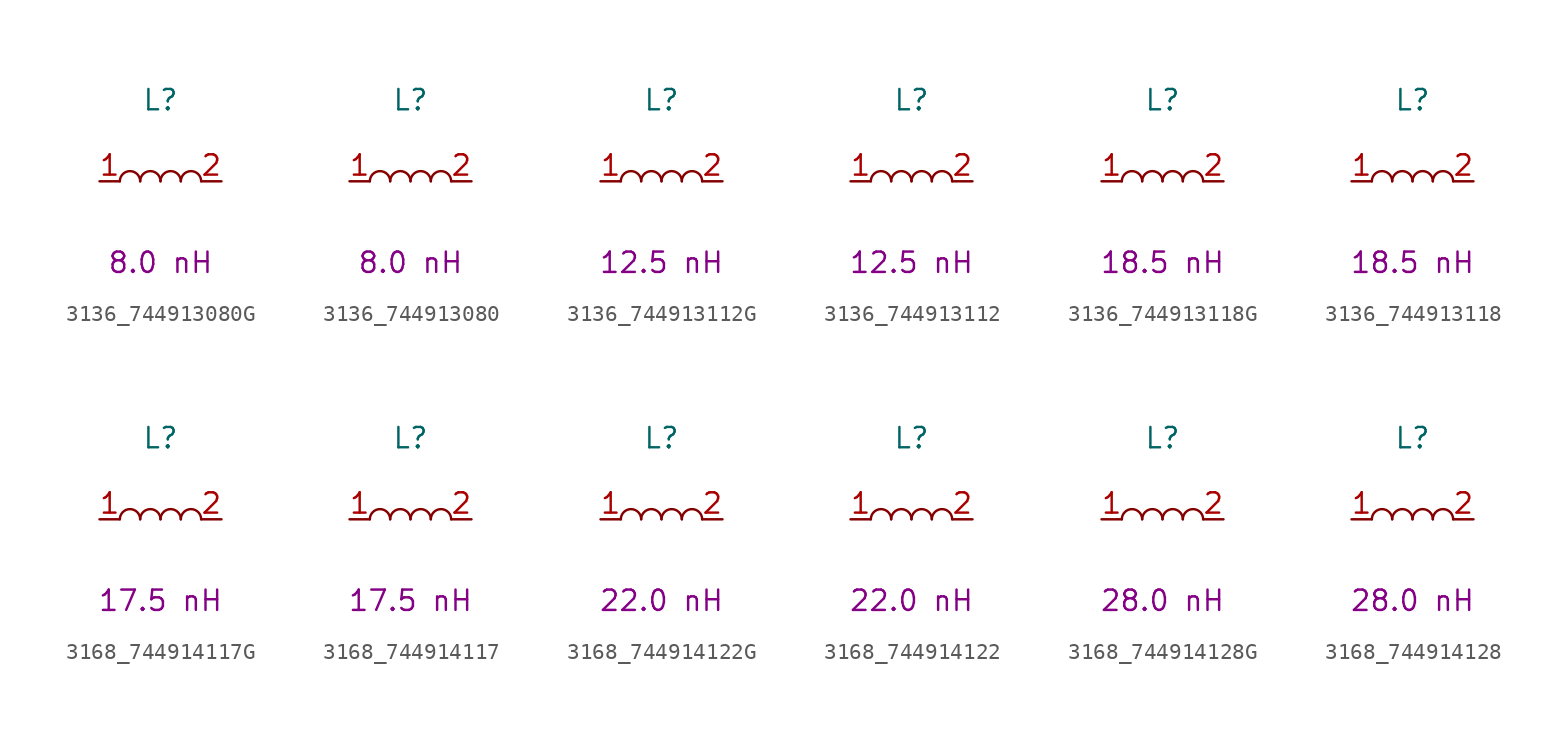
<source format=kicad_sym>
(kicad_symbol_lib
  (version 20220914)
  (generator kicad_symbol_editor)
  (symbol "3136_744913080G"
    (pin_names hide)
    (property "Reference" "L"
      (at 0 5.08 0)
      (effects (font (size 1.27 1.27))))
    (property "Critical Parameter" "8.0 nH"
      (at 0 -5.08 0)
      (effects (font (size 1.27 1.27))))
    (symbol "3136_744913080G_0_1"
      (arc (start -1.27 0) (mid -1.905 0.6323) (end -2.54 0) (stroke (width 0) (type default)) (fill (type none)))
      (arc (start 0 0) (mid -0.635 0.6323) (end -1.27 0) (stroke (width 0) (type default)) (fill (type none)))
      (arc (start 1.27 0) (mid 0.635 0.6323) (end 0 0) (stroke (width 0) (type default)) (fill (type none)))
      (arc (start 2.54 0) (mid 1.905 0.6323) (end 1.27 0) (stroke (width 0) (type default)) (fill (type none))))
    (symbol "3136_744913080G_1_1"
      (pin passive line (at -3.81 0 0) (length 1.27) (name "1" (effects (font (size 1.27 1.27)))) (number "1" (effects (font (size 1.27 1.27)))))
      (pin passive line (at 3.81 0 180) (length 1.27) (name "2" (effects (font (size 1.27 1.27)))) (number "2" (effects (font (size 1.27 1.27)))))))
  (symbol "3136_744913080"
    (pin_names hide)
    (property "Reference" "L"
      (at 0 5.08 0)
      (effects (font (size 1.27 1.27))))
    (property "Critical Parameter" "8.0 nH"
      (at 0 -5.08 0)
      (effects (font (size 1.27 1.27))))
    (symbol "3136_744913080_0_1"
      (arc (start -1.27 0) (mid -1.905 0.6323) (end -2.54 0) (stroke (width 0) (type default)) (fill (type none)))
      (arc (start 0 0) (mid -0.635 0.6323) (end -1.27 0) (stroke (width 0) (type default)) (fill (type none)))
      (arc (start 1.27 0) (mid 0.635 0.6323) (end 0 0) (stroke (width 0) (type default)) (fill (type none)))
      (arc (start 2.54 0) (mid 1.905 0.6323) (end 1.27 0) (stroke (width 0) (type default)) (fill (type none))))
    (symbol "3136_744913080_1_1"
      (pin passive line (at -3.81 0 0) (length 1.27) (name "1" (effects (font (size 1.27 1.27)))) (number "1" (effects (font (size 1.27 1.27)))))
      (pin passive line (at 3.81 0 180) (length 1.27) (name "2" (effects (font (size 1.27 1.27)))) (number "2" (effects (font (size 1.27 1.27)))))))
  (symbol "3136_744913112G"
    (pin_names hide)
    (property "Reference" "L"
      (at 0 5.08 0)
      (effects (font (size 1.27 1.27))))
    (property "Critical Parameter" "12.5 nH"
      (at 0 -5.08 0)
      (effects (font (size 1.27 1.27))))
    (symbol "3136_744913112G_0_1"
      (arc (start -1.27 0) (mid -1.905 0.6323) (end -2.54 0) (stroke (width 0) (type default)) (fill (type none)))
      (arc (start 0 0) (mid -0.635 0.6323) (end -1.27 0) (stroke (width 0) (type default)) (fill (type none)))
      (arc (start 1.27 0) (mid 0.635 0.6323) (end 0 0) (stroke (width 0) (type default)) (fill (type none)))
      (arc (start 2.54 0) (mid 1.905 0.6323) (end 1.27 0) (stroke (width 0) (type default)) (fill (type none))))
    (symbol "3136_744913112G_1_1"
      (pin passive line (at -3.81 0 0) (length 1.27) (name "1" (effects (font (size 1.27 1.27)))) (number "1" (effects (font (size 1.27 1.27)))))
      (pin passive line (at 3.81 0 180) (length 1.27) (name "2" (effects (font (size 1.27 1.27)))) (number "2" (effects (font (size 1.27 1.27)))))))
  (symbol "3136_744913112"
    (pin_names hide)
    (property "Reference" "L"
      (at 0 5.08 0)
      (effects (font (size 1.27 1.27))))
    (property "Critical Parameter" "12.5 nH"
      (at 0 -5.08 0)
      (effects (font (size 1.27 1.27))))
    (symbol "3136_744913112_0_1"
      (arc (start -1.27 0) (mid -1.905 0.6323) (end -2.54 0) (stroke (width 0) (type default)) (fill (type none)))
      (arc (start 0 0) (mid -0.635 0.6323) (end -1.27 0) (stroke (width 0) (type default)) (fill (type none)))
      (arc (start 1.27 0) (mid 0.635 0.6323) (end 0 0) (stroke (width 0) (type default)) (fill (type none)))
      (arc (start 2.54 0) (mid 1.905 0.6323) (end 1.27 0) (stroke (width 0) (type default)) (fill (type none))))
    (symbol "3136_744913112_1_1"
      (pin passive line (at -3.81 0 0) (length 1.27) (name "1" (effects (font (size 1.27 1.27)))) (number "1" (effects (font (size 1.27 1.27)))))
      (pin passive line (at 3.81 0 180) (length 1.27) (name "2" (effects (font (size 1.27 1.27)))) (number "2" (effects (font (size 1.27 1.27)))))))
  (symbol "3136_744913118G"
    (pin_names hide)
    (property "Reference" "L"
      (at 0 5.08 0)
      (effects (font (size 1.27 1.27))))
    (property "Critical Parameter" "18.5 nH"
      (at 0 -5.08 0)
      (effects (font (size 1.27 1.27))))
    (symbol "3136_744913118G_0_1"
      (arc (start -1.27 0) (mid -1.905 0.6323) (end -2.54 0) (stroke (width 0) (type default)) (fill (type none)))
      (arc (start 0 0) (mid -0.635 0.6323) (end -1.27 0) (stroke (width 0) (type default)) (fill (type none)))
      (arc (start 1.27 0) (mid 0.635 0.6323) (end 0 0) (stroke (width 0) (type default)) (fill (type none)))
      (arc (start 2.54 0) (mid 1.905 0.6323) (end 1.27 0) (stroke (width 0) (type default)) (fill (type none))))
    (symbol "3136_744913118G_1_1"
      (pin passive line (at -3.81 0 0) (length 1.27) (name "1" (effects (font (size 1.27 1.27)))) (number "1" (effects (font (size 1.27 1.27)))))
      (pin passive line (at 3.81 0 180) (length 1.27) (name "2" (effects (font (size 1.27 1.27)))) (number "2" (effects (font (size 1.27 1.27)))))))
  (symbol "3136_744913118"
    (pin_names hide)
    (property "Reference" "L"
      (at 0 5.08 0)
      (effects (font (size 1.27 1.27))))
    (property "Critical Parameter" "18.5 nH"
      (at 0 -5.08 0)
      (effects (font (size 1.27 1.27))))
    (symbol "3136_744913118_0_1"
      (arc (start -1.27 0) (mid -1.905 0.6323) (end -2.54 0) (stroke (width 0) (type default)) (fill (type none)))
      (arc (start 0 0) (mid -0.635 0.6323) (end -1.27 0) (stroke (width 0) (type default)) (fill (type none)))
      (arc (start 1.27 0) (mid 0.635 0.6323) (end 0 0) (stroke (width 0) (type default)) (fill (type none)))
      (arc (start 2.54 0) (mid 1.905 0.6323) (end 1.27 0) (stroke (width 0) (type default)) (fill (type none))))
    (symbol "3136_744913118_1_1"
      (pin passive line (at -3.81 0 0) (length 1.27) (name "1" (effects (font (size 1.27 1.27)))) (number "1" (effects (font (size 1.27 1.27)))))
      (pin passive line (at 3.81 0 180) (length 1.27) (name "2" (effects (font (size 1.27 1.27)))) (number "2" (effects (font (size 1.27 1.27)))))))
  (symbol "3168_744914117G"
    (pin_names hide)
    (property "Reference" "L"
      (at 0 5.08 0)
      (effects (font (size 1.27 1.27))))
    (property "Critical Parameter" "17.5 nH"
      (at 0 -5.08 0)
      (effects (font (size 1.27 1.27))))
    (symbol "3168_744914117G_0_1"
      (arc (start -1.27 0) (mid -1.905 0.6323) (end -2.54 0) (stroke (width 0) (type default)) (fill (type none)))
      (arc (start 0 0) (mid -0.635 0.6323) (end -1.27 0) (stroke (width 0) (type default)) (fill (type none)))
      (arc (start 1.27 0) (mid 0.635 0.6323) (end 0 0) (stroke (width 0) (type default)) (fill (type none)))
      (arc (start 2.54 0) (mid 1.905 0.6323) (end 1.27 0) (stroke (width 0) (type default)) (fill (type none))))
    (symbol "3168_744914117G_1_1"
      (pin passive line (at -3.81 0 0) (length 1.27) (name "1" (effects (font (size 1.27 1.27)))) (number "1" (effects (font (size 1.27 1.27)))))
      (pin passive line (at 3.81 0 180) (length 1.27) (name "2" (effects (font (size 1.27 1.27)))) (number "2" (effects (font (size 1.27 1.27)))))))
  (symbol "3168_744914117"
    (pin_names hide)
    (property "Reference" "L"
      (at 0 5.08 0)
      (effects (font (size 1.27 1.27))))
    (property "Critical Parameter" "17.5 nH"
      (at 0 -5.08 0)
      (effects (font (size 1.27 1.27))))
    (symbol "3168_744914117_0_1"
      (arc (start -1.27 0) (mid -1.905 0.6323) (end -2.54 0) (stroke (width 0) (type default)) (fill (type none)))
      (arc (start 0 0) (mid -0.635 0.6323) (end -1.27 0) (stroke (width 0) (type default)) (fill (type none)))
      (arc (start 1.27 0) (mid 0.635 0.6323) (end 0 0) (stroke (width 0) (type default)) (fill (type none)))
      (arc (start 2.54 0) (mid 1.905 0.6323) (end 1.27 0) (stroke (width 0) (type default)) (fill (type none))))
    (symbol "3168_744914117_1_1"
      (pin passive line (at -3.81 0 0) (length 1.27) (name "1" (effects (font (size 1.27 1.27)))) (number "1" (effects (font (size 1.27 1.27)))))
      (pin passive line (at 3.81 0 180) (length 1.27) (name "2" (effects (font (size 1.27 1.27)))) (number "2" (effects (font (size 1.27 1.27)))))))
  (symbol "3168_744914122G"
    (pin_names hide)
    (property "Reference" "L"
      (at 0 5.08 0)
      (effects (font (size 1.27 1.27))))
    (property "Critical Parameter" "22.0 nH"
      (at 0 -5.08 0)
      (effects (font (size 1.27 1.27))))
    (symbol "3168_744914122G_0_1"
      (arc (start -1.27 0) (mid -1.905 0.6323) (end -2.54 0) (stroke (width 0) (type default)) (fill (type none)))
      (arc (start 0 0) (mid -0.635 0.6323) (end -1.27 0) (stroke (width 0) (type default)) (fill (type none)))
      (arc (start 1.27 0) (mid 0.635 0.6323) (end 0 0) (stroke (width 0) (type default)) (fill (type none)))
      (arc (start 2.54 0) (mid 1.905 0.6323) (end 1.27 0) (stroke (width 0) (type default)) (fill (type none))))
    (symbol "3168_744914122G_1_1"
      (pin passive line (at -3.81 0 0) (length 1.27) (name "1" (effects (font (size 1.27 1.27)))) (number "1" (effects (font (size 1.27 1.27)))))
      (pin passive line (at 3.81 0 180) (length 1.27) (name "2" (effects (font (size 1.27 1.27)))) (number "2" (effects (font (size 1.27 1.27)))))))
  (symbol "3168_744914122"
    (pin_names hide)
    (property "Reference" "L"
      (at 0 5.08 0)
      (effects (font (size 1.27 1.27))))
    (property "Critical Parameter" "22.0 nH"
      (at 0 -5.08 0)
      (effects (font (size 1.27 1.27))))
    (symbol "3168_744914122_0_1"
      (arc (start -1.27 0) (mid -1.905 0.6323) (end -2.54 0) (stroke (width 0) (type default)) (fill (type none)))
      (arc (start 0 0) (mid -0.635 0.6323) (end -1.27 0) (stroke (width 0) (type default)) (fill (type none)))
      (arc (start 1.27 0) (mid 0.635 0.6323) (end 0 0) (stroke (width 0) (type default)) (fill (type none)))
      (arc (start 2.54 0) (mid 1.905 0.6323) (end 1.27 0) (stroke (width 0) (type default)) (fill (type none))))
    (symbol "3168_744914122_1_1"
      (pin passive line (at -3.81 0 0) (length 1.27) (name "1" (effects (font (size 1.27 1.27)))) (number "1" (effects (font (size 1.27 1.27)))))
      (pin passive line (at 3.81 0 180) (length 1.27) (name "2" (effects (font (size 1.27 1.27)))) (number "2" (effects (font (size 1.27 1.27)))))))
  (symbol "3168_744914128G"
    (pin_names hide)
    (property "Reference" "L"
      (at 0 5.08 0)
      (effects (font (size 1.27 1.27))))
    (property "Critical Parameter" "28.0 nH"
      (at 0 -5.08 0)
      (effects (font (size 1.27 1.27))))
    (symbol "3168_744914128G_0_1"
      (arc (start -1.27 0) (mid -1.905 0.6323) (end -2.54 0) (stroke (width 0) (type default)) (fill (type none)))
      (arc (start 0 0) (mid -0.635 0.6323) (end -1.27 0) (stroke (width 0) (type default)) (fill (type none)))
      (arc (start 1.27 0) (mid 0.635 0.6323) (end 0 0) (stroke (width 0) (type default)) (fill (type none)))
      (arc (start 2.54 0) (mid 1.905 0.6323) (end 1.27 0) (stroke (width 0) (type default)) (fill (type none))))
    (symbol "3168_744914128G_1_1"
      (pin passive line (at -3.81 0 0) (length 1.27) (name "1" (effects (font (size 1.27 1.27)))) (number "1" (effects (font (size 1.27 1.27)))))
      (pin passive line (at 3.81 0 180) (length 1.27) (name "2" (effects (font (size 1.27 1.27)))) (number "2" (effects (font (size 1.27 1.27)))))))
  (symbol "3168_744914128"
    (pin_names hide)
    (property "Reference" "L"
      (at 0 5.08 0)
      (effects (font (size 1.27 1.27))))
    (property "Critical Parameter" "28.0 nH"
      (at 0 -5.08 0)
      (effects (font (size 1.27 1.27))))
    (symbol "3168_744914128_0_1"
      (arc (start -1.27 0) (mid -1.905 0.6323) (end -2.54 0) (stroke (width 0) (type default)) (fill (type none)))
      (arc (start 0 0) (mid -0.635 0.6323) (end -1.27 0) (stroke (width 0) (type default)) (fill (type none)))
      (arc (start 1.27 0) (mid 0.635 0.6323) (end 0 0) (stroke (width 0) (type default)) (fill (type none)))
      (arc (start 2.54 0) (mid 1.905 0.6323) (end 1.27 0) (stroke (width 0) (type default)) (fill (type none))))
    (symbol "3168_744914128_1_1"
      (pin passive line (at -3.81 0 0) (length 1.27) (name "1" (effects (font (size 1.27 1.27)))) (number "1" (effects (font (size 1.27 1.27)))))
      (pin passive line (at 3.81 0 180) (length 1.27) (name "2" (effects (font (size 1.27 1.27)))) (number "2" (effects (font (size 1.27 1.27))))))))
</source>
